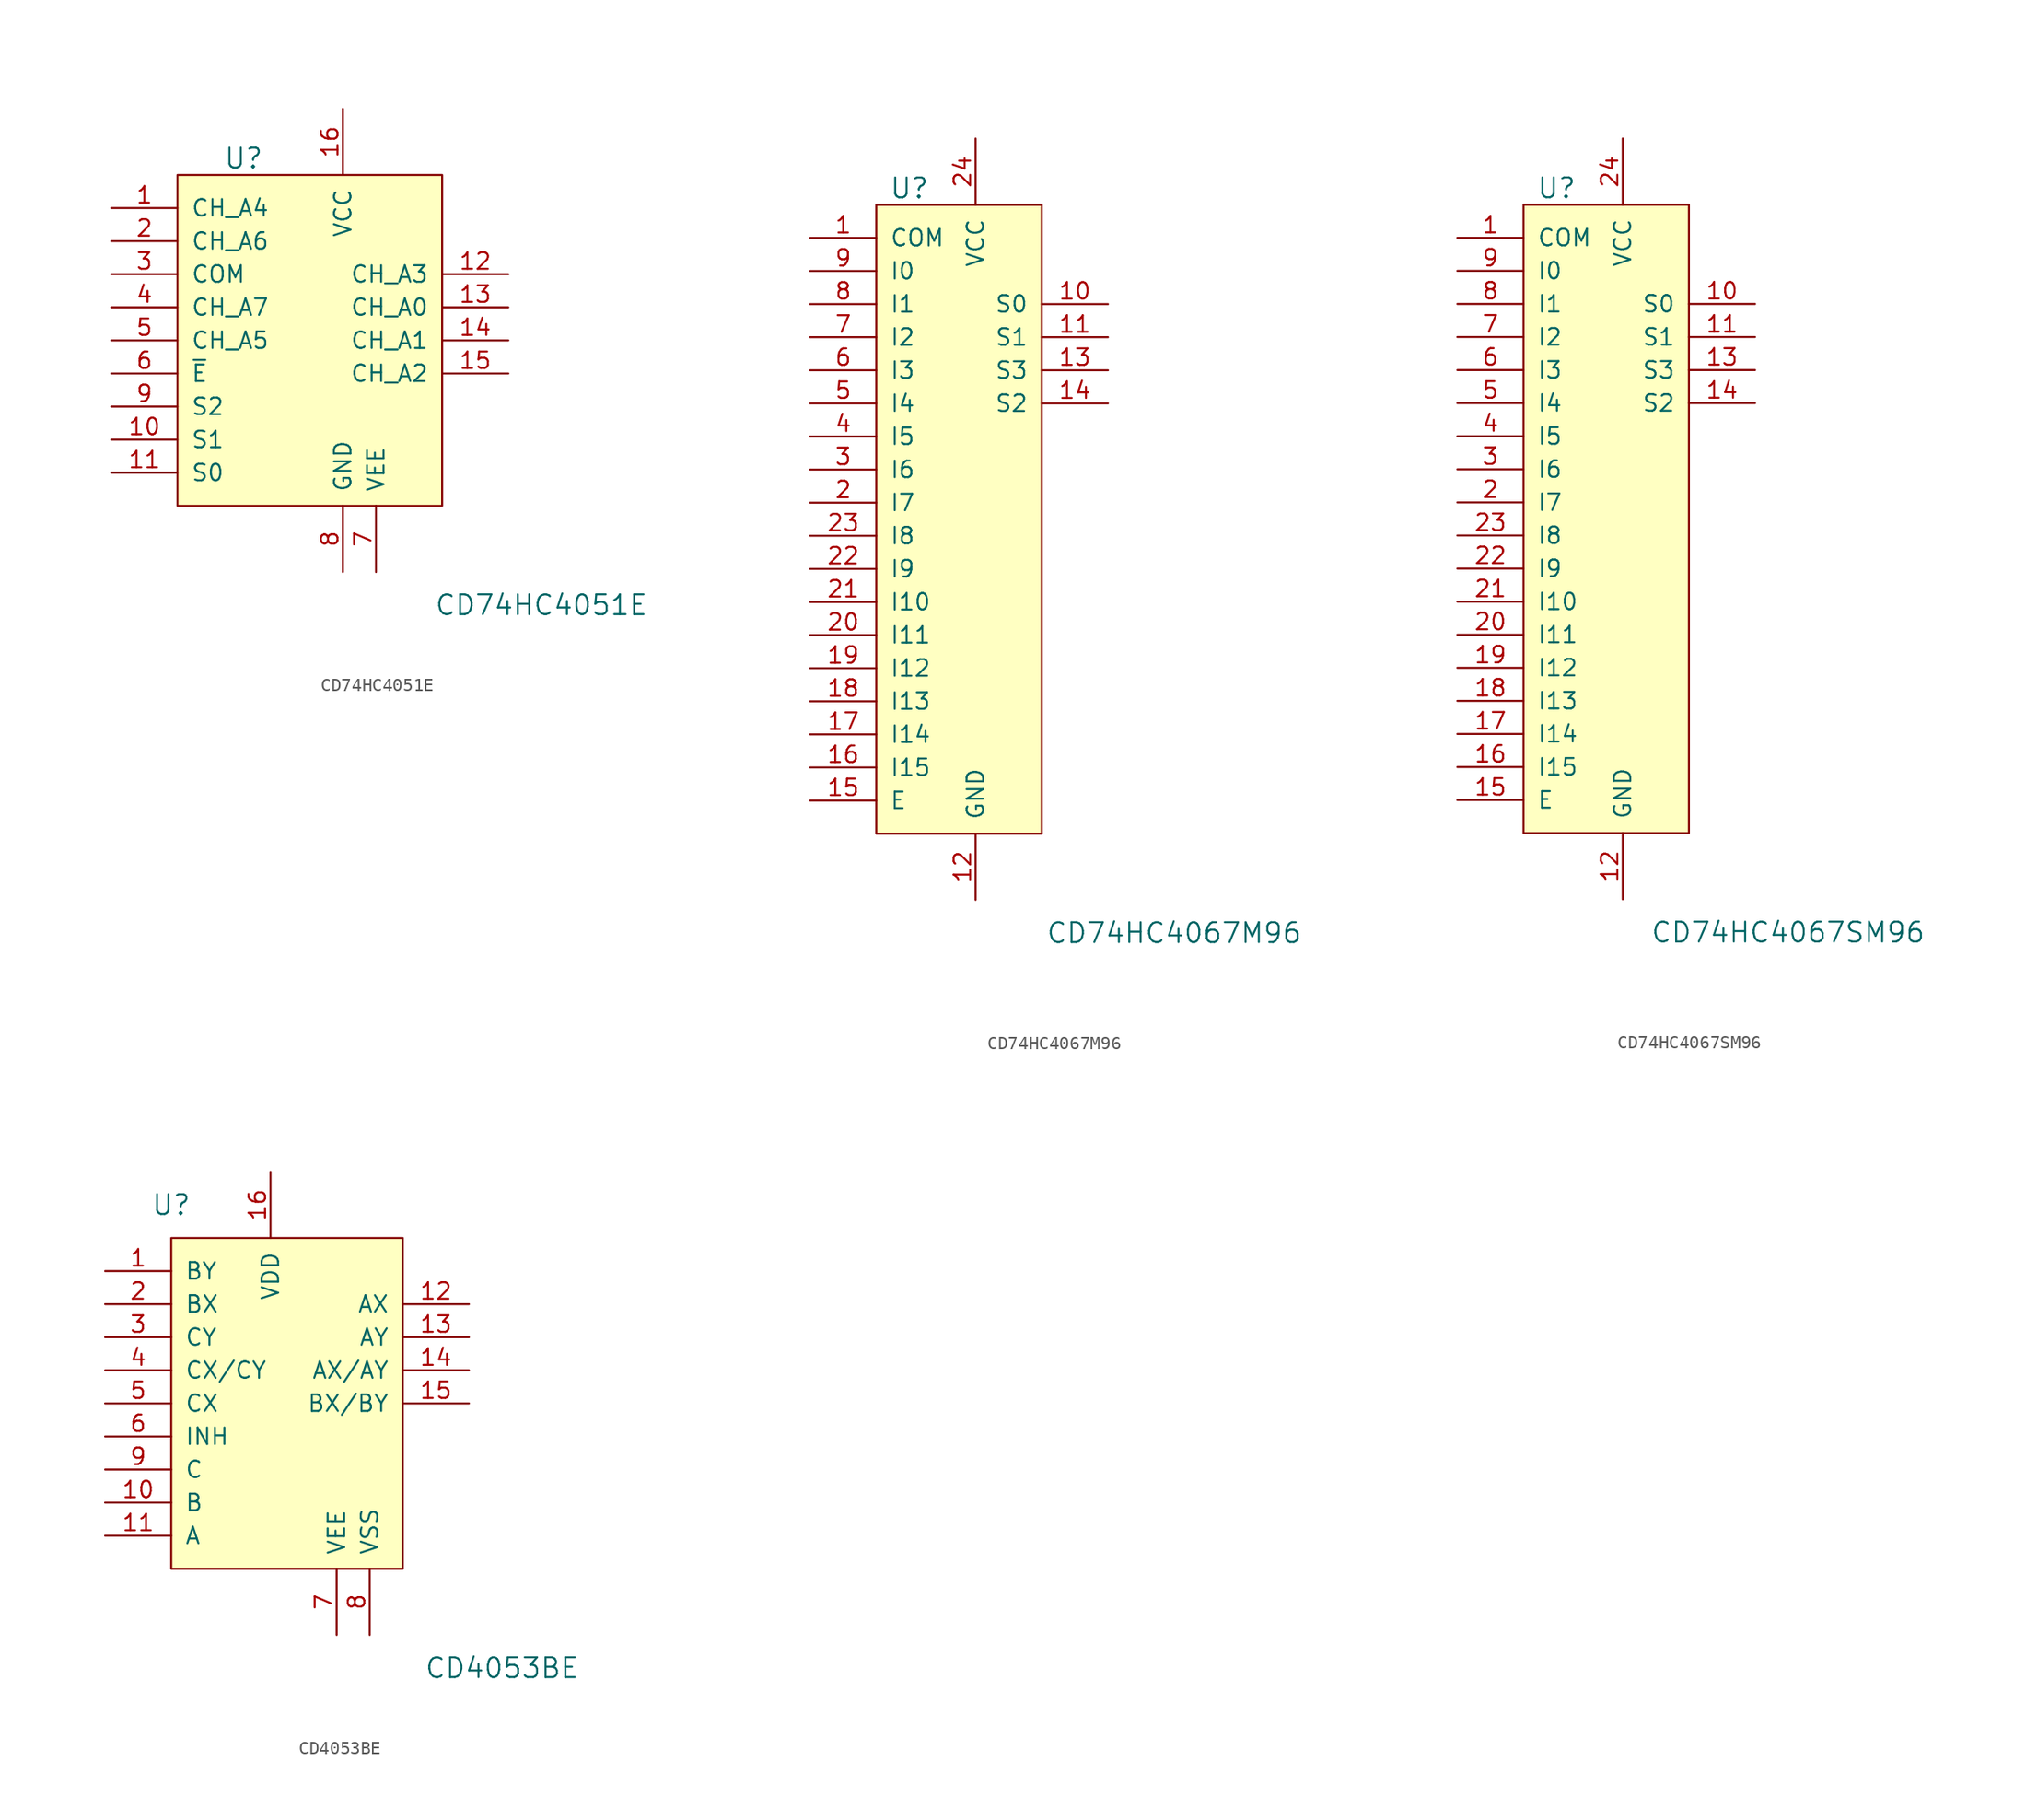
<source format=kicad_sym>
(kicad_symbol_lib
  (version 20211014)
  (generator kicad_symbol_editor)
  (symbol "CD74HC4051E"
    (pin_names
      (offset 1.016))
    (property "Reference" "U"
      (at -5.08 13.97 0)
      (effects (font (size 1.524 1.524))))
    (property "Value" "CD74HC4051E"
      (at 17.78 -20.32 0)
      (effects (font (size 1.524 1.524))))
    (symbol "CD74HC4051E_0_1"
      (rectangle (start -10.16 12.7) (end 10.16 -12.7) (stroke (width 0) (type default) (color 0 0 0 0)) (fill (type background))))
    (symbol "CD74HC4051E_1_1"
      (pin bidirectional line (at -15.24 10.16 0) (length 5.08) (name "CH_A4" (effects (font (size 1.27 1.27)))) (number "1" (effects (font (size 1.27 1.27)))))
      (pin input line (at -15.24 -7.62 0) (length 5.08) (name "S1" (effects (font (size 1.27 1.27)))) (number "10" (effects (font (size 1.27 1.27)))))
      (pin input line (at -15.24 -10.16 0) (length 5.08) (name "S0" (effects (font (size 1.27 1.27)))) (number "11" (effects (font (size 1.27 1.27)))))
      (pin bidirectional line (at 15.24 5.08 180) (length 5.08) (name "CH_A3" (effects (font (size 1.27 1.27)))) (number "12" (effects (font (size 1.27 1.27)))))
      (pin bidirectional line (at 15.24 2.54 180) (length 5.08) (name "CH_A0" (effects (font (size 1.27 1.27)))) (number "13" (effects (font (size 1.27 1.27)))))
      (pin bidirectional line (at 15.24 0 180) (length 5.08) (name "CH_A1" (effects (font (size 1.27 1.27)))) (number "14" (effects (font (size 1.27 1.27)))))
      (pin bidirectional line (at 15.24 -2.54 180) (length 5.08) (name "CH_A2" (effects (font (size 1.27 1.27)))) (number "15" (effects (font (size 1.27 1.27)))))
      (pin power_in line (at 2.54 17.78 270) (length 5.08) (name "VCC" (effects (font (size 1.27 1.27)))) (number "16" (effects (font (size 1.27 1.27)))))
      (pin bidirectional line (at -15.24 7.62 0) (length 5.08) (name "CH_A6" (effects (font (size 1.27 1.27)))) (number "2" (effects (font (size 1.27 1.27)))))
      (pin bidirectional line (at -15.24 5.08 0) (length 5.08) (name "COM" (effects (font (size 1.27 1.27)))) (number "3" (effects (font (size 1.27 1.27)))))
      (pin bidirectional line (at -15.24 2.54 0) (length 5.08) (name "CH_A7" (effects (font (size 1.27 1.27)))) (number "4" (effects (font (size 1.27 1.27)))))
      (pin bidirectional line (at -15.24 0 0) (length 5.08) (name "CH_A5" (effects (font (size 1.27 1.27)))) (number "5" (effects (font (size 1.27 1.27)))))
      (pin input line (at -15.24 -2.54 0) (length 5.08) (name "~{E}" (effects (font (size 1.27 1.27)))) (number "6" (effects (font (size 1.27 1.27)))))
      (pin power_in line (at 5.08 -17.78 90) (length 5.08) (name "VEE" (effects (font (size 1.27 1.27)))) (number "7" (effects (font (size 1.27 1.27)))))
      (pin power_in line (at 2.54 -17.78 90) (length 5.08) (name "GND" (effects (font (size 1.27 1.27)))) (number "8" (effects (font (size 1.27 1.27)))))
      (pin input line (at -15.24 -5.08 0) (length 5.08) (name "S2" (effects (font (size 1.27 1.27)))) (number "9" (effects (font (size 1.27 1.27)))))))
  (symbol "CD74HC4067M96"
    (pin_names
      (offset 1.016))
    (property "Reference" "U"
      (at -2.54 24.13 0)
      (effects (font (size 1.524 1.524))))
    (property "Value" "CD74HC4067M96"
      (at 17.78 -33.02 0)
      (effects (font (size 1.524 1.524))))
    (symbol "CD74HC4067M96_0_1"
      (rectangle (start -5.08 22.86) (end 7.62 -25.4) (stroke (width 0) (type default) (color 0 0 0 0)) (fill (type background))))
    (symbol "CD74HC4067M96_1_1"
      (pin bidirectional line (at -10.16 20.32 0) (length 5.08) (name "COM" (effects (font (size 1.27 1.27)))) (number "1" (effects (font (size 1.27 1.27)))))
      (pin input line (at 12.7 15.24 180) (length 5.08) (name "S0" (effects (font (size 1.27 1.27)))) (number "10" (effects (font (size 1.27 1.27)))))
      (pin input line (at 12.7 12.7 180) (length 5.08) (name "S1" (effects (font (size 1.27 1.27)))) (number "11" (effects (font (size 1.27 1.27)))))
      (pin power_in line (at 2.54 -30.48 90) (length 5.08) (name "GND" (effects (font (size 1.27 1.27)))) (number "12" (effects (font (size 1.27 1.27)))))
      (pin input line (at 12.7 10.16 180) (length 5.08) (name "S3" (effects (font (size 1.27 1.27)))) (number "13" (effects (font (size 1.27 1.27)))))
      (pin input line (at 12.7 7.62 180) (length 5.08) (name "S2" (effects (font (size 1.27 1.27)))) (number "14" (effects (font (size 1.27 1.27)))))
      (pin input line (at -10.16 -22.86 0) (length 5.08) (name "E" (effects (font (size 1.27 1.27)))) (number "15" (effects (font (size 1.27 1.27)))))
      (pin input line (at -10.16 -20.32 0) (length 5.08) (name "I15" (effects (font (size 1.27 1.27)))) (number "16" (effects (font (size 1.27 1.27)))))
      (pin input line (at -10.16 -17.78 0) (length 5.08) (name "I14" (effects (font (size 1.27 1.27)))) (number "17" (effects (font (size 1.27 1.27)))))
      (pin input line (at -10.16 -15.24 0) (length 5.08) (name "I13" (effects (font (size 1.27 1.27)))) (number "18" (effects (font (size 1.27 1.27)))))
      (pin input line (at -10.16 -12.7 0) (length 5.08) (name "I12" (effects (font (size 1.27 1.27)))) (number "19" (effects (font (size 1.27 1.27)))))
      (pin input line (at -10.16 0 0) (length 5.08) (name "I7" (effects (font (size 1.27 1.27)))) (number "2" (effects (font (size 1.27 1.27)))))
      (pin input line (at -10.16 -10.16 0) (length 5.08) (name "I11" (effects (font (size 1.27 1.27)))) (number "20" (effects (font (size 1.27 1.27)))))
      (pin input line (at -10.16 -7.62 0) (length 5.08) (name "I10" (effects (font (size 1.27 1.27)))) (number "21" (effects (font (size 1.27 1.27)))))
      (pin input line (at -10.16 -5.08 0) (length 5.08) (name "I9" (effects (font (size 1.27 1.27)))) (number "22" (effects (font (size 1.27 1.27)))))
      (pin input line (at -10.16 -2.54 0) (length 5.08) (name "I8" (effects (font (size 1.27 1.27)))) (number "23" (effects (font (size 1.27 1.27)))))
      (pin power_in line (at 2.54 27.94 270) (length 5.08) (name "VCC" (effects (font (size 1.27 1.27)))) (number "24" (effects (font (size 1.27 1.27)))))
      (pin input line (at -10.16 2.54 0) (length 5.08) (name "I6" (effects (font (size 1.27 1.27)))) (number "3" (effects (font (size 1.27 1.27)))))
      (pin input line (at -10.16 5.08 0) (length 5.08) (name "I5" (effects (font (size 1.27 1.27)))) (number "4" (effects (font (size 1.27 1.27)))))
      (pin input line (at -10.16 7.62 0) (length 5.08) (name "I4" (effects (font (size 1.27 1.27)))) (number "5" (effects (font (size 1.27 1.27)))))
      (pin input line (at -10.16 10.16 0) (length 5.08) (name "I3" (effects (font (size 1.27 1.27)))) (number "6" (effects (font (size 1.27 1.27)))))
      (pin input line (at -10.16 12.7 0) (length 5.08) (name "I2" (effects (font (size 1.27 1.27)))) (number "7" (effects (font (size 1.27 1.27)))))
      (pin input line (at -10.16 15.24 0) (length 5.08) (name "I1" (effects (font (size 1.27 1.27)))) (number "8" (effects (font (size 1.27 1.27)))))
      (pin input line (at -10.16 17.78 0) (length 5.08) (name "I0" (effects (font (size 1.27 1.27)))) (number "9" (effects (font (size 1.27 1.27)))))))
  (symbol "CD74HC4067SM96"
    (pin_names
      (offset 1.016))
    (property "Reference" "U"
      (at -5.08 24.13 0)
      (effects (font (size 1.524 1.524))))
    (property "Value" "CD74HC4067SM96"
      (at 12.7 -33.02 0)
      (effects (font (size 1.524 1.524))))
    (symbol "CD74HC4067SM96_0_1"
      (rectangle (start -7.62 22.86) (end 5.08 -25.4) (stroke (width 0) (type default) (color 0 0 0 0)) (fill (type background))))
    (symbol "CD74HC4067SM96_1_1"
      (pin bidirectional line (at -12.7 20.32 0) (length 5.08) (name "COM" (effects (font (size 1.27 1.27)))) (number "1" (effects (font (size 1.27 1.27)))))
      (pin input line (at 10.16 15.24 180) (length 5.08) (name "S0" (effects (font (size 1.27 1.27)))) (number "10" (effects (font (size 1.27 1.27)))))
      (pin input line (at 10.16 12.7 180) (length 5.08) (name "S1" (effects (font (size 1.27 1.27)))) (number "11" (effects (font (size 1.27 1.27)))))
      (pin power_in line (at 0 -30.48 90) (length 5.08) (name "GND" (effects (font (size 1.27 1.27)))) (number "12" (effects (font (size 1.27 1.27)))))
      (pin input line (at 10.16 10.16 180) (length 5.08) (name "S3" (effects (font (size 1.27 1.27)))) (number "13" (effects (font (size 1.27 1.27)))))
      (pin input line (at 10.16 7.62 180) (length 5.08) (name "S2" (effects (font (size 1.27 1.27)))) (number "14" (effects (font (size 1.27 1.27)))))
      (pin input line (at -12.7 -22.86 0) (length 5.08) (name "E" (effects (font (size 1.27 1.27)))) (number "15" (effects (font (size 1.27 1.27)))))
      (pin input line (at -12.7 -20.32 0) (length 5.08) (name "I15" (effects (font (size 1.27 1.27)))) (number "16" (effects (font (size 1.27 1.27)))))
      (pin input line (at -12.7 -17.78 0) (length 5.08) (name "I14" (effects (font (size 1.27 1.27)))) (number "17" (effects (font (size 1.27 1.27)))))
      (pin input line (at -12.7 -15.24 0) (length 5.08) (name "I13" (effects (font (size 1.27 1.27)))) (number "18" (effects (font (size 1.27 1.27)))))
      (pin input line (at -12.7 -12.7 0) (length 5.08) (name "I12" (effects (font (size 1.27 1.27)))) (number "19" (effects (font (size 1.27 1.27)))))
      (pin input line (at -12.7 0 0) (length 5.08) (name "I7" (effects (font (size 1.27 1.27)))) (number "2" (effects (font (size 1.27 1.27)))))
      (pin input line (at -12.7 -10.16 0) (length 5.08) (name "I11" (effects (font (size 1.27 1.27)))) (number "20" (effects (font (size 1.27 1.27)))))
      (pin input line (at -12.7 -7.62 0) (length 5.08) (name "I10" (effects (font (size 1.27 1.27)))) (number "21" (effects (font (size 1.27 1.27)))))
      (pin input line (at -12.7 -5.08 0) (length 5.08) (name "I9" (effects (font (size 1.27 1.27)))) (number "22" (effects (font (size 1.27 1.27)))))
      (pin input line (at -12.7 -2.54 0) (length 5.08) (name "I8" (effects (font (size 1.27 1.27)))) (number "23" (effects (font (size 1.27 1.27)))))
      (pin power_in line (at 0 27.94 270) (length 5.08) (name "VCC" (effects (font (size 1.27 1.27)))) (number "24" (effects (font (size 1.27 1.27)))))
      (pin input line (at -12.7 2.54 0) (length 5.08) (name "I6" (effects (font (size 1.27 1.27)))) (number "3" (effects (font (size 1.27 1.27)))))
      (pin input line (at -12.7 5.08 0) (length 5.08) (name "I5" (effects (font (size 1.27 1.27)))) (number "4" (effects (font (size 1.27 1.27)))))
      (pin input line (at -12.7 7.62 0) (length 5.08) (name "I4" (effects (font (size 1.27 1.27)))) (number "5" (effects (font (size 1.27 1.27)))))
      (pin input line (at -12.7 10.16 0) (length 5.08) (name "I3" (effects (font (size 1.27 1.27)))) (number "6" (effects (font (size 1.27 1.27)))))
      (pin input line (at -12.7 12.7 0) (length 5.08) (name "I2" (effects (font (size 1.27 1.27)))) (number "7" (effects (font (size 1.27 1.27)))))
      (pin input line (at -12.7 15.24 0) (length 5.08) (name "I1" (effects (font (size 1.27 1.27)))) (number "8" (effects (font (size 1.27 1.27)))))
      (pin input line (at -12.7 17.78 0) (length 5.08) (name "I0" (effects (font (size 1.27 1.27)))) (number "9" (effects (font (size 1.27 1.27)))))))
  (symbol "CD4053BE"
    (pin_names
      (offset 1.016))
    (property "Reference" "U"
      (at -7.62 15.24 0)
      (effects (font (size 1.524 1.524))))
    (property "Value" "CD4053BE"
      (at 17.78 -20.32 0)
      (effects (font (size 1.524 1.524))))
    (symbol "CD4053BE_0_1"
      (rectangle (start -7.62 12.7) (end 10.16 -12.7) (stroke (width 0) (type default) (color 0 0 0 0)) (fill (type background))))
    (symbol "CD4053BE_1_1"
      (pin bidirectional line (at -12.7 10.16 0) (length 5.08) (name "BY" (effects (font (size 1.27 1.27)))) (number "1" (effects (font (size 1.27 1.27)))))
      (pin input line (at -12.7 -7.62 0) (length 5.08) (name "B" (effects (font (size 1.27 1.27)))) (number "10" (effects (font (size 1.27 1.27)))))
      (pin input line (at -12.7 -10.16 0) (length 5.08) (name "A" (effects (font (size 1.27 1.27)))) (number "11" (effects (font (size 1.27 1.27)))))
      (pin bidirectional line (at 15.24 7.62 180) (length 5.08) (name "AX" (effects (font (size 1.27 1.27)))) (number "12" (effects (font (size 1.27 1.27)))))
      (pin bidirectional line (at 15.24 5.08 180) (length 5.08) (name "AY" (effects (font (size 1.27 1.27)))) (number "13" (effects (font (size 1.27 1.27)))))
      (pin bidirectional line (at 15.24 2.54 180) (length 5.08) (name "AX/AY" (effects (font (size 1.27 1.27)))) (number "14" (effects (font (size 1.27 1.27)))))
      (pin bidirectional line (at 15.24 0 180) (length 5.08) (name "BX/BY" (effects (font (size 1.27 1.27)))) (number "15" (effects (font (size 1.27 1.27)))))
      (pin power_in line (at 0 17.78 270) (length 5.08) (name "VDD" (effects (font (size 1.27 1.27)))) (number "16" (effects (font (size 1.27 1.27)))))
      (pin bidirectional line (at -12.7 7.62 0) (length 5.08) (name "BX" (effects (font (size 1.27 1.27)))) (number "2" (effects (font (size 1.27 1.27)))))
      (pin bidirectional line (at -12.7 5.08 0) (length 5.08) (name "CY" (effects (font (size 1.27 1.27)))) (number "3" (effects (font (size 1.27 1.27)))))
      (pin bidirectional line (at -12.7 2.54 0) (length 5.08) (name "CX/CY" (effects (font (size 1.27 1.27)))) (number "4" (effects (font (size 1.27 1.27)))))
      (pin bidirectional line (at -12.7 0 0) (length 5.08) (name "CX" (effects (font (size 1.27 1.27)))) (number "5" (effects (font (size 1.27 1.27)))))
      (pin input line (at -12.7 -2.54 0) (length 5.08) (name "INH" (effects (font (size 1.27 1.27)))) (number "6" (effects (font (size 1.27 1.27)))))
      (pin power_in line (at 5.08 -17.78 90) (length 5.08) (name "VEE" (effects (font (size 1.27 1.27)))) (number "7" (effects (font (size 1.27 1.27)))))
      (pin power_in line (at 7.62 -17.78 90) (length 5.08) (name "VSS" (effects (font (size 1.27 1.27)))) (number "8" (effects (font (size 1.27 1.27)))))
      (pin input line (at -12.7 -5.08 0) (length 5.08) (name "C" (effects (font (size 1.27 1.27)))) (number "9" (effects (font (size 1.27 1.27))))))))
</source>
